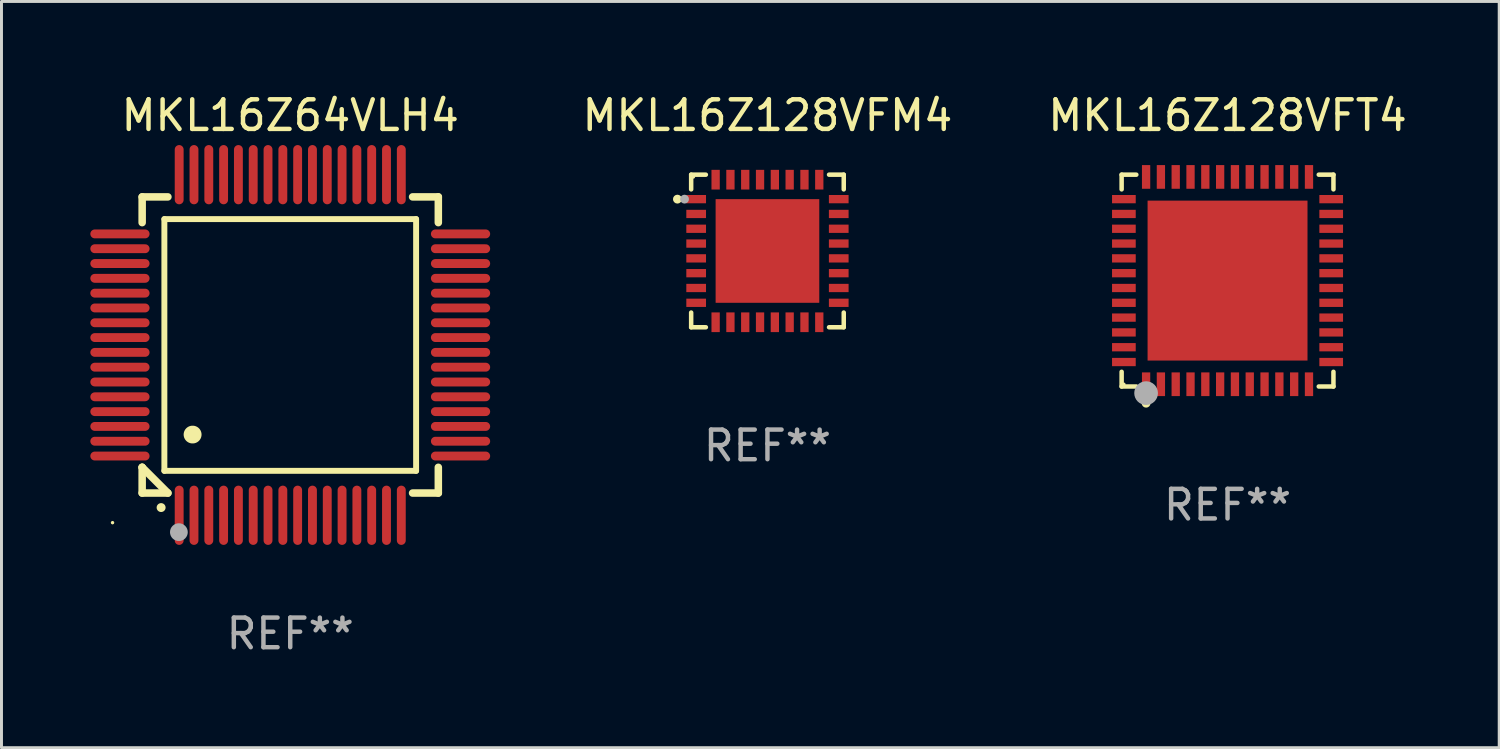
<source format=kicad_pcb>
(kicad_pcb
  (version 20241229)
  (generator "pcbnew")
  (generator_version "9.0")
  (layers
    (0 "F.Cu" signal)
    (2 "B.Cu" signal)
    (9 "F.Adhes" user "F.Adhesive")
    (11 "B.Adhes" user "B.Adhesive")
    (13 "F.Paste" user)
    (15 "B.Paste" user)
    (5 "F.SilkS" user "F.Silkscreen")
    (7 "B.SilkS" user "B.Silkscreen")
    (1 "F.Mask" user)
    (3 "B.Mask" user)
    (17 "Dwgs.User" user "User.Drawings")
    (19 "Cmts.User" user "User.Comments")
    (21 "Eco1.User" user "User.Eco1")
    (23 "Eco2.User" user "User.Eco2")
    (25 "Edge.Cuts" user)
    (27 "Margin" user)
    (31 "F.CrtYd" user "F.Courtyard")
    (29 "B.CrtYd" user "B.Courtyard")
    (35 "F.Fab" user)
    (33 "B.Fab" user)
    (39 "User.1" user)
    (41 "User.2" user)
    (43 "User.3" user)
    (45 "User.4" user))
  (footprint "MKL16Z64VLH4"
    (layer "F.Cu")
    (at 6.75 8.598)
    (property "Reference" "MKL16Z64VLH4" (at 0 -7.75 0) (layer "F.SilkS") (effects (font (size 1 1) (thickness 0.15))))
    (attr through_hole)
    (fp_line (start -5 -5) (end -4.131 -5) (stroke (width 0.254) (type solid)) (layer "F.SilkS"))
    (fp_line (start -5 -4.131) (end -5 -5) (stroke (width 0.254) (type solid)) (layer "F.SilkS"))
    (fp_line (start -5 4.131) (end -5 4.131) (stroke (width 0.254) (type solid)) (layer "F.SilkS"))
    (fp_line (start -5 5) (end -5 4.131) (stroke (width 0.254) (type solid)) (layer "F.SilkS"))
    (fp_line (start -5 4.131) (end -4.131 5) (stroke (width 0.254) (type solid)) (layer "F.SilkS"))
    (fp_line (start -4.25 -4.25) (end -4.25 4.25) (stroke (width 0.2) (type solid)) (layer "F.SilkS"))
    (fp_line (start -4.25 4.25) (end 4.25 4.25) (stroke (width 0.2) (type solid)) (layer "F.SilkS"))
    (fp_line (start -4.131 5) (end -5 5) (stroke (width 0.254) (type solid)) (layer "F.SilkS"))
    (fp_line (start 4.25 -4.25) (end -4.25 -4.25) (stroke (width 0.2) (type solid)) (layer "F.SilkS"))
    (fp_line (start 4.25 4.25) (end 4.25 -4.25) (stroke (width 0.2) (type solid)) (layer "F.SilkS"))
    (fp_line (start 5 -5) (end 4.131 -5) (stroke (width 0.254) (type solid)) (layer "F.SilkS"))
    (fp_line (start 5 -5) (end 5 -4.131) (stroke (width 0.254) (type solid)) (layer "F.SilkS"))
    (fp_line (start 5 4.131) (end 5 5) (stroke (width 0.254) (type solid)) (layer "F.SilkS"))
    (fp_line (start 5 5) (end 4.131 5) (stroke (width 0.254) (type solid)) (layer "F.SilkS"))
    (fp_arc (start -4.361265 5.489992) (mid -4.359995 5.489987) (end -4.358725 5.489992) (stroke (width 0.3) (type solid)) (layer "F.SilkS"))
    (fp_arc (start -3.299467 3.025146) (mid -3.296927 3.025135) (end -3.294387 3.025146) (stroke (width 0.6) (type solid)) (layer "F.SilkS"))
    (fp_circle (center -6 6) (end -5.97 6) (stroke (width 0.06) (type solid)) (fill no) (layer "F.SilkS"))
    (fp_circle (center -3.76 6.32) (end -3.61 6.32) (stroke (width 0.3) (type solid)) (fill no) (layer "F.Fab"))
    (fp_text user "REF**" (at 0 9.75 0) (layer "F.Fab") (effects (font (size 1 1) (thickness 0.15))))
    (pad "1" smd oval (at -3.75 5.75) (size 0.3 2) (layers "F.Cu" "F.Mask" "F.Paste"))
    (pad "2" smd oval (at -3.25 5.75) (size 0.3 2) (layers "F.Cu" "F.Mask" "F.Paste"))
    (pad "3" smd oval (at -2.75 5.75) (size 0.3 2) (layers "F.Cu" "F.Mask" "F.Paste"))
    (pad "4" smd oval (at -2.25 5.75) (size 0.3 2) (layers "F.Cu" "F.Mask" "F.Paste"))
    (pad "5" smd oval (at -1.75 5.75) (size 0.3 2) (layers "F.Cu" "F.Mask" "F.Paste"))
    (pad "6" smd oval (at -1.25 5.75) (size 0.3 2) (layers "F.Cu" "F.Mask" "F.Paste"))
    (pad "7" smd oval (at -0.75 5.75) (size 0.3 2) (layers "F.Cu" "F.Mask" "F.Paste"))
    (pad "8" smd oval (at -0.25 5.75) (size 0.3 2) (layers "F.Cu" "F.Mask" "F.Paste"))
    (pad "9" smd oval (at 0.25 5.75) (size 0.3 2) (layers "F.Cu" "F.Mask" "F.Paste"))
    (pad "10" smd oval (at 0.75 5.75) (size 0.3 2) (layers "F.Cu" "F.Mask" "F.Paste"))
    (pad "11" smd oval (at 1.25 5.75) (size 0.3 2) (layers "F.Cu" "F.Mask" "F.Paste"))
    (pad "12" smd oval (at 1.75 5.75) (size 0.3 2) (layers "F.Cu" "F.Mask" "F.Paste"))
    (pad "13" smd oval (at 2.25 5.75) (size 0.3 2) (layers "F.Cu" "F.Mask" "F.Paste"))
    (pad "14" smd oval (at 2.75 5.75) (size 0.3 2) (layers "F.Cu" "F.Mask" "F.Paste"))
    (pad "15" smd oval (at 3.25 5.75) (size 0.3 2) (layers "F.Cu" "F.Mask" "F.Paste"))
    (pad "16" smd oval (at 3.75 5.75) (size 0.3 2) (layers "F.Cu" "F.Mask" "F.Paste"))
    (pad "17" smd oval (at 5.75 3.75) (size 2 0.3) (layers "F.Cu" "F.Mask" "F.Paste"))
    (pad "18" smd oval (at 5.75 3.25) (size 2 0.3) (layers "F.Cu" "F.Mask" "F.Paste"))
    (pad "19" smd oval (at 5.75 2.75) (size 2 0.3) (layers "F.Cu" "F.Mask" "F.Paste"))
    (pad "20" smd oval (at 5.75 2.25) (size 2 0.3) (layers "F.Cu" "F.Mask" "F.Paste"))
    (pad "21" smd oval (at 5.75 1.75) (size 2 0.3) (layers "F.Cu" "F.Mask" "F.Paste"))
    (pad "22" smd oval (at 5.75 1.25) (size 2 0.3) (layers "F.Cu" "F.Mask" "F.Paste"))
    (pad "23" smd oval (at 5.75 0.75) (size 2 0.3) (layers "F.Cu" "F.Mask" "F.Paste"))
    (pad "24" smd oval (at 5.75 0.25) (size 2 0.3) (layers "F.Cu" "F.Mask" "F.Paste"))
    (pad "25" smd oval (at 5.75 -0.25) (size 2 0.3) (layers "F.Cu" "F.Mask" "F.Paste"))
    (pad "26" smd oval (at 5.75 -0.75) (size 2 0.3) (layers "F.Cu" "F.Mask" "F.Paste"))
    (pad "27" smd oval (at 5.75 -1.25) (size 2 0.3) (layers "F.Cu" "F.Mask" "F.Paste"))
    (pad "28" smd oval (at 5.75 -1.75) (size 2 0.3) (layers "F.Cu" "F.Mask" "F.Paste"))
    (pad "29" smd oval (at 5.75 -2.25) (size 2 0.3) (layers "F.Cu" "F.Mask" "F.Paste"))
    (pad "30" smd oval (at 5.75 -2.75) (size 2 0.3) (layers "F.Cu" "F.Mask" "F.Paste"))
    (pad "31" smd oval (at 5.75 -3.25) (size 2 0.3) (layers "F.Cu" "F.Mask" "F.Paste"))
    (pad "32" smd oval (at 5.75 -3.75) (size 2 0.3) (layers "F.Cu" "F.Mask" "F.Paste"))
    (pad "33" smd oval (at 3.75 -5.75) (size 0.3 2) (layers "F.Cu" "F.Mask" "F.Paste"))
    (pad "34" smd oval (at 3.25 -5.75) (size 0.3 2) (layers "F.Cu" "F.Mask" "F.Paste"))
    (pad "35" smd oval (at 2.75 -5.75) (size 0.3 2) (layers "F.Cu" "F.Mask" "F.Paste"))
    (pad "36" smd oval (at 2.25 -5.75) (size 0.3 2) (layers "F.Cu" "F.Mask" "F.Paste"))
    (pad "37" smd oval (at 1.75 -5.75) (size 0.3 2) (layers "F.Cu" "F.Mask" "F.Paste"))
    (pad "38" smd oval (at 1.25 -5.75) (size 0.3 2) (layers "F.Cu" "F.Mask" "F.Paste"))
    (pad "39" smd oval (at 0.75 -5.75) (size 0.3 2) (layers "F.Cu" "F.Mask" "F.Paste"))
    (pad "40" smd oval (at 0.25 -5.75) (size 0.3 2) (layers "F.Cu" "F.Mask" "F.Paste"))
    (pad "41" smd oval (at -0.25 -5.75) (size 0.3 2) (layers "F.Cu" "F.Mask" "F.Paste"))
    (pad "42" smd oval (at -0.75 -5.75) (size 0.3 2) (layers "F.Cu" "F.Mask" "F.Paste"))
    (pad "43" smd oval (at -1.25 -5.75) (size 0.3 2) (layers "F.Cu" "F.Mask" "F.Paste"))
    (pad "44" smd oval (at -1.75 -5.75) (size 0.3 2) (layers "F.Cu" "F.Mask" "F.Paste"))
    (pad "45" smd oval (at -2.25 -5.75) (size 0.3 2) (layers "F.Cu" "F.Mask" "F.Paste"))
    (pad "46" smd oval (at -2.75 -5.75) (size 0.3 2) (layers "F.Cu" "F.Mask" "F.Paste"))
    (pad "47" smd oval (at -3.25 -5.75) (size 0.3 2) (layers "F.Cu" "F.Mask" "F.Paste"))
    (pad "48" smd oval (at -3.75 -5.75) (size 0.3 2) (layers "F.Cu" "F.Mask" "F.Paste"))
    (pad "49" smd oval (at -5.75 -3.75) (size 2 0.3) (layers "F.Cu" "F.Mask" "F.Paste"))
    (pad "50" smd oval (at -5.75 -3.25) (size 2 0.3) (layers "F.Cu" "F.Mask" "F.Paste"))
    (pad "51" smd oval (at -5.75 -2.75) (size 2 0.3) (layers "F.Cu" "F.Mask" "F.Paste"))
    (pad "52" smd oval (at -5.75 -2.25) (size 2 0.3) (layers "F.Cu" "F.Mask" "F.Paste"))
    (pad "53" smd oval (at -5.75 -1.75) (size 2 0.3) (layers "F.Cu" "F.Mask" "F.Paste"))
    (pad "54" smd oval (at -5.75 -1.25) (size 2 0.3) (layers "F.Cu" "F.Mask" "F.Paste"))
    (pad "55" smd oval (at -5.75 -0.75) (size 2 0.3) (layers "F.Cu" "F.Mask" "F.Paste"))
    (pad "56" smd oval (at -5.75 -0.25) (size 2 0.3) (layers "F.Cu" "F.Mask" "F.Paste"))
    (pad "57" smd oval (at -5.75 0.25) (size 2 0.3) (layers "F.Cu" "F.Mask" "F.Paste"))
    (pad "58" smd oval (at -5.75 0.75) (size 2 0.3) (layers "F.Cu" "F.Mask" "F.Paste"))
    (pad "59" smd oval (at -5.75 1.25) (size 2 0.3) (layers "F.Cu" "F.Mask" "F.Paste"))
    (pad "60" smd oval (at -5.75 1.75) (size 2 0.3) (layers "F.Cu" "F.Mask" "F.Paste"))
    (pad "61" smd oval (at -5.75 2.25) (size 2 0.3) (layers "F.Cu" "F.Mask" "F.Paste"))
    (pad "62" smd oval (at -5.75 2.75) (size 2 0.3) (layers "F.Cu" "F.Mask" "F.Paste"))
    (pad "63" smd oval (at -5.75 3.25) (size 2 0.3) (layers "F.Cu" "F.Mask" "F.Paste"))
    (pad "64" smd oval (at -5.75 3.75) (size 2 0.3) (layers "F.Cu" "F.Mask" "F.Paste")))
  (footprint "MKL16Z128VFT4"
    (layer "F.Cu")
    (at 38.398 6.424)
    (property "Reference" "MKL16Z128VFT4" (at 0 -5.576 0) (layer "F.SilkS") (effects (font (size 1 1) (thickness 0.15))))
    (attr through_hole)
    (fp_line (start -3.576 -3.576) (end -3.08 -3.576) (stroke (width 0.152) (type solid)) (layer "F.SilkS"))
    (fp_line (start -3.576 -3.08) (end -3.576 -3.576) (stroke (width 0.152) (type solid)) (layer "F.SilkS"))
    (fp_line (start -3.576 3.08) (end -3.576 3.576) (stroke (width 0.152) (type solid)) (layer "F.SilkS"))
    (fp_line (start -3.576 3.576) (end -3.08 3.576) (stroke (width 0.152) (type solid)) (layer "F.SilkS"))
    (fp_line (start 3.576 -3.576) (end 3.08 -3.576) (stroke (width 0.152) (type solid)) (layer "F.SilkS"))
    (fp_line (start 3.576 -3.08) (end 3.576 -3.576) (stroke (width 0.152) (type solid)) (layer "F.SilkS"))
    (fp_line (start 3.576 3.08) (end 3.576 3.576) (stroke (width 0.152) (type solid)) (layer "F.SilkS"))
    (fp_line (start 3.576 3.576) (end 3.08 3.576) (stroke (width 0.152) (type solid)) (layer "F.SilkS"))
    (fp_circle (center -3.5 3.5) (end -3.47 3.5) (stroke (width 0.06) (type solid)) (fill no) (layer "F.SilkS"))
    (fp_circle (center -2.75 4.14) (end -2.675 4.14) (stroke (width 0.15) (type solid)) (fill no) (layer "F.SilkS"))
    (fp_circle (center -2.75 3.8) (end -2.55 3.8) (stroke (width 0.4) (type solid)) (fill no) (layer "F.Fab"))
    (fp_text user "REF**" (at 0 7.576 0) (layer "F.Fab") (effects (font (size 1 1) (thickness 0.15))))
    (pad "1" smd rect (at -2.75 3.5) (size 0.28 0.8) (layers "F.Cu" "F.Mask" "F.Paste"))
    (pad "2" smd rect (at -2.25 3.5) (size 0.28 0.8) (layers "F.Cu" "F.Mask" "F.Paste"))
    (pad "3" smd rect (at -1.75 3.5) (size 0.28 0.8) (layers "F.Cu" "F.Mask" "F.Paste"))
    (pad "4" smd rect (at -1.25 3.5) (size 0.28 0.8) (layers "F.Cu" "F.Mask" "F.Paste"))
    (pad "5" smd rect (at -0.75 3.5) (size 0.28 0.8) (layers "F.Cu" "F.Mask" "F.Paste"))
    (pad "6" smd rect (at -0.25 3.5) (size 0.28 0.8) (layers "F.Cu" "F.Mask" "F.Paste"))
    (pad "7" smd rect (at 0.25 3.5) (size 0.28 0.8) (layers "F.Cu" "F.Mask" "F.Paste"))
    (pad "8" smd rect (at 0.75 3.5) (size 0.28 0.8) (layers "F.Cu" "F.Mask" "F.Paste"))
    (pad "9" smd rect (at 1.25 3.5) (size 0.28 0.8) (layers "F.Cu" "F.Mask" "F.Paste"))
    (pad "10" smd rect (at 1.75 3.5) (size 0.28 0.8) (layers "F.Cu" "F.Mask" "F.Paste"))
    (pad "11" smd rect (at 2.25 3.5) (size 0.28 0.8) (layers "F.Cu" "F.Mask" "F.Paste"))
    (pad "12" smd rect (at 2.75 3.5) (size 0.28 0.8) (layers "F.Cu" "F.Mask" "F.Paste"))
    (pad "13" smd rect (at 3.5 2.75) (size 0.8 0.28) (layers "F.Cu" "F.Mask" "F.Paste"))
    (pad "14" smd rect (at 3.5 2.25) (size 0.8 0.28) (layers "F.Cu" "F.Mask" "F.Paste"))
    (pad "15" smd rect (at 3.5 1.75) (size 0.8 0.28) (layers "F.Cu" "F.Mask" "F.Paste"))
    (pad "16" smd rect (at 3.5 1.25) (size 0.8 0.28) (layers "F.Cu" "F.Mask" "F.Paste"))
    (pad "17" smd rect (at 3.5 0.75) (size 0.8 0.28) (layers "F.Cu" "F.Mask" "F.Paste"))
    (pad "18" smd rect (at 3.5 0.25) (size 0.8 0.28) (layers "F.Cu" "F.Mask" "F.Paste"))
    (pad "19" smd rect (at 3.5 -0.25) (size 0.8 0.28) (layers "F.Cu" "F.Mask" "F.Paste"))
    (pad "20" smd rect (at 3.5 -0.75) (size 0.8 0.28) (layers "F.Cu" "F.Mask" "F.Paste"))
    (pad "21" smd rect (at 3.5 -1.25) (size 0.8 0.28) (layers "F.Cu" "F.Mask" "F.Paste"))
    (pad "22" smd rect (at 3.5 -1.75) (size 0.8 0.28) (layers "F.Cu" "F.Mask" "F.Paste"))
    (pad "23" smd rect (at 3.5 -2.25) (size 0.8 0.28) (layers "F.Cu" "F.Mask" "F.Paste"))
    (pad "24" smd rect (at 3.5 -2.75) (size 0.8 0.28) (layers "F.Cu" "F.Mask" "F.Paste"))
    (pad "25" smd rect (at 2.75 -3.5) (size 0.28 0.8) (layers "F.Cu" "F.Mask" "F.Paste"))
    (pad "26" smd rect (at 2.25 -3.5) (size 0.28 0.8) (layers "F.Cu" "F.Mask" "F.Paste"))
    (pad "27" smd rect (at 1.75 -3.5) (size 0.28 0.8) (layers "F.Cu" "F.Mask" "F.Paste"))
    (pad "28" smd rect (at 1.25 -3.5) (size 0.28 0.8) (layers "F.Cu" "F.Mask" "F.Paste"))
    (pad "29" smd rect (at 0.75 -3.5) (size 0.28 0.8) (layers "F.Cu" "F.Mask" "F.Paste"))
    (pad "30" smd rect (at 0.25 -3.5) (size 0.28 0.8) (layers "F.Cu" "F.Mask" "F.Paste"))
    (pad "31" smd rect (at -0.25 -3.5) (size 0.28 0.8) (layers "F.Cu" "F.Mask" "F.Paste"))
    (pad "32" smd rect (at -0.75 -3.5) (size 0.28 0.8) (layers "F.Cu" "F.Mask" "F.Paste"))
    (pad "33" smd rect (at -1.25 -3.5) (size 0.28 0.8) (layers "F.Cu" "F.Mask" "F.Paste"))
    (pad "34" smd rect (at -1.75 -3.5) (size 0.28 0.8) (layers "F.Cu" "F.Mask" "F.Paste"))
    (pad "35" smd rect (at -2.25 -3.5) (size 0.28 0.8) (layers "F.Cu" "F.Mask" "F.Paste"))
    (pad "36" smd rect (at -2.75 -3.5) (size 0.28 0.8) (layers "F.Cu" "F.Mask" "F.Paste"))
    (pad "37" smd rect (at -3.5 -2.75) (size 0.8 0.28) (layers "F.Cu" "F.Mask" "F.Paste"))
    (pad "38" smd rect (at -3.5 -2.25) (size 0.8 0.28) (layers "F.Cu" "F.Mask" "F.Paste"))
    (pad "39" smd rect (at -3.5 -1.75) (size 0.8 0.28) (layers "F.Cu" "F.Mask" "F.Paste"))
    (pad "40" smd rect (at -3.5 -1.25) (size 0.8 0.28) (layers "F.Cu" "F.Mask" "F.Paste"))
    (pad "41" smd rect (at -3.5 -0.75) (size 0.8 0.28) (layers "F.Cu" "F.Mask" "F.Paste"))
    (pad "42" smd rect (at -3.5 -0.25) (size 0.8 0.28) (layers "F.Cu" "F.Mask" "F.Paste"))
    (pad "43" smd rect (at -3.5 0.25) (size 0.8 0.28) (layers "F.Cu" "F.Mask" "F.Paste"))
    (pad "44" smd rect (at -3.5 0.75) (size 0.8 0.28) (layers "F.Cu" "F.Mask" "F.Paste"))
    (pad "45" smd rect (at -3.5 1.25) (size 0.8 0.28) (layers "F.Cu" "F.Mask" "F.Paste"))
    (pad "46" smd rect (at -3.5 1.75) (size 0.8 0.28) (layers "F.Cu" "F.Mask" "F.Paste"))
    (pad "47" smd rect (at -3.5 2.25) (size 0.8 0.28) (layers "F.Cu" "F.Mask" "F.Paste"))
    (pad "48" smd rect (at -3.5 2.75) (size 0.8 0.28) (layers "F.Cu" "F.Mask" "F.Paste"))
    (pad "49" smd rect (at -0.000102 -0.000076) (size 5.4 5.4) (layers "F.Cu" "F.Mask" "F.Paste")))
  (footprint "MKL16Z128VFM4"
    (layer "F.Cu")
    (at 22.863 5.424)
    (property "Reference" "MKL16Z128VFM4" (at 0 -4.576 0) (layer "F.SilkS") (effects (font (size 1 1) (thickness 0.15))))
    (attr through_hole)
    (fp_line (start -2.576 -2.576) (end -2.576 -2.08) (stroke (width 0.152) (type solid)) (layer "F.SilkS"))
    (fp_line (start -2.576 2.576) (end -2.576 2.08) (stroke (width 0.152) (type solid)) (layer "F.SilkS"))
    (fp_line (start -2.08 -2.576) (end -2.576 -2.576) (stroke (width 0.152) (type solid)) (layer "F.SilkS"))
    (fp_line (start -2.08 2.576) (end -2.576 2.576) (stroke (width 0.152) (type solid)) (layer "F.SilkS"))
    (fp_line (start 2.08 -2.576) (end 2.576 -2.576) (stroke (width 0.152) (type solid)) (layer "F.SilkS"))
    (fp_line (start 2.08 2.576) (end 2.576 2.576) (stroke (width 0.152) (type solid)) (layer "F.SilkS"))
    (fp_line (start 2.576 -2.576) (end 2.576 -2.08) (stroke (width 0.152) (type solid)) (layer "F.SilkS"))
    (fp_line (start 2.576 2.576) (end 2.576 2.08) (stroke (width 0.152) (type solid)) (layer "F.SilkS"))
    (fp_circle (center -3.04 -1.75) (end -2.965 -1.75) (stroke (width 0.15) (type solid)) (fill no) (layer "F.SilkS"))
    (fp_circle (center -2.5 -2.5) (end -2.47 -2.5) (stroke (width 0.06) (type solid)) (fill no) (layer "F.SilkS"))
    (fp_circle (center -2.8 -1.75) (end -2.725 -1.75) (stroke (width 0.15) (type solid)) (fill no) (layer "F.Fab"))
    (fp_text user "REF**" (at 0 6.576 0) (layer "F.Fab") (effects (font (size 1 1) (thickness 0.15))))
    (pad "1" smd rect (at -2.407 -1.75) (size 0.665 0.28) (layers "F.Cu" "F.Mask" "F.Paste"))
    (pad "2" smd rect (at -2.407 -1.25) (size 0.665 0.28) (layers "F.Cu" "F.Mask" "F.Paste"))
    (pad "3" smd rect (at -2.407 -0.75) (size 0.665 0.28) (layers "F.Cu" "F.Mask" "F.Paste"))
    (pad "4" smd rect (at -2.407 -0.25) (size 0.665 0.28) (layers "F.Cu" "F.Mask" "F.Paste"))
    (pad "5" smd rect (at -2.407 0.25) (size 0.665 0.28) (layers "F.Cu" "F.Mask" "F.Paste"))
    (pad "6" smd rect (at -2.407 0.75) (size 0.665 0.28) (layers "F.Cu" "F.Mask" "F.Paste"))
    (pad "7" smd rect (at -2.407 1.25) (size 0.665 0.28) (layers "F.Cu" "F.Mask" "F.Paste"))
    (pad "8" smd rect (at -2.407 1.75) (size 0.665 0.28) (layers "F.Cu" "F.Mask" "F.Paste"))
    (pad "9" smd rect (at -1.75 2.407) (size 0.28 0.665) (layers "F.Cu" "F.Mask" "F.Paste"))
    (pad "10" smd rect (at -1.25 2.407) (size 0.28 0.665) (layers "F.Cu" "F.Mask" "F.Paste"))
    (pad "11" smd rect (at -0.75 2.407) (size 0.28 0.665) (layers "F.Cu" "F.Mask" "F.Paste"))
    (pad "12" smd rect (at -0.25 2.407) (size 0.28 0.665) (layers "F.Cu" "F.Mask" "F.Paste"))
    (pad "13" smd rect (at 0.25 2.407) (size 0.28 0.665) (layers "F.Cu" "F.Mask" "F.Paste"))
    (pad "14" smd rect (at 0.75 2.407) (size 0.28 0.665) (layers "F.Cu" "F.Mask" "F.Paste"))
    (pad "15" smd rect (at 1.25 2.407) (size 0.28 0.665) (layers "F.Cu" "F.Mask" "F.Paste"))
    (pad "16" smd rect (at 1.75 2.407) (size 0.28 0.665) (layers "F.Cu" "F.Mask" "F.Paste"))
    (pad "17" smd rect (at 2.407 1.75) (size 0.665 0.28) (layers "F.Cu" "F.Mask" "F.Paste"))
    (pad "18" smd rect (at 2.407 1.25) (size 0.665 0.28) (layers "F.Cu" "F.Mask" "F.Paste"))
    (pad "19" smd rect (at 2.407 0.75) (size 0.665 0.28) (layers "F.Cu" "F.Mask" "F.Paste"))
    (pad "20" smd rect (at 2.407 0.25) (size 0.665 0.28) (layers "F.Cu" "F.Mask" "F.Paste"))
    (pad "21" smd rect (at 2.407 -0.25) (size 0.665 0.28) (layers "F.Cu" "F.Mask" "F.Paste"))
    (pad "22" smd rect (at 2.407 -0.75) (size 0.665 0.28) (layers "F.Cu" "F.Mask" "F.Paste"))
    (pad "23" smd rect (at 2.407 -1.25) (size 0.665 0.28) (layers "F.Cu" "F.Mask" "F.Paste"))
    (pad "24" smd rect (at 2.407 -1.75) (size 0.665 0.28) (layers "F.Cu" "F.Mask" "F.Paste"))
    (pad "25" smd rect (at 1.75 -2.407) (size 0.28 0.665) (layers "F.Cu" "F.Mask" "F.Paste"))
    (pad "26" smd rect (at 1.25 -2.407) (size 0.28 0.665) (layers "F.Cu" "F.Mask" "F.Paste"))
    (pad "27" smd rect (at 0.75 -2.407) (size 0.28 0.665) (layers "F.Cu" "F.Mask" "F.Paste"))
    (pad "28" smd rect (at 0.25 -2.407) (size 0.28 0.665) (layers "F.Cu" "F.Mask" "F.Paste"))
    (pad "29" smd rect (at -0.25 -2.407) (size 0.28 0.665) (layers "F.Cu" "F.Mask" "F.Paste"))
    (pad "30" smd rect (at -0.75 -2.407) (size 0.28 0.665) (layers "F.Cu" "F.Mask" "F.Paste"))
    (pad "31" smd rect (at -1.25 -2.407) (size 0.28 0.665) (layers "F.Cu" "F.Mask" "F.Paste"))
    (pad "32" smd rect (at -1.75 -2.407) (size 0.28 0.665) (layers "F.Cu" "F.Mask" "F.Paste"))
    (pad "33" smd rect (at 0 0) (size 3.5 3.5) (layers "F.Cu" "F.Mask" "F.Paste")))
  (gr_rect
    (start -3 -3)
    (end 47.571 22.196)
    (stroke (width 0.1) (type default))
    (fill no)
    (layer "Edge.Cuts")))
</source>
